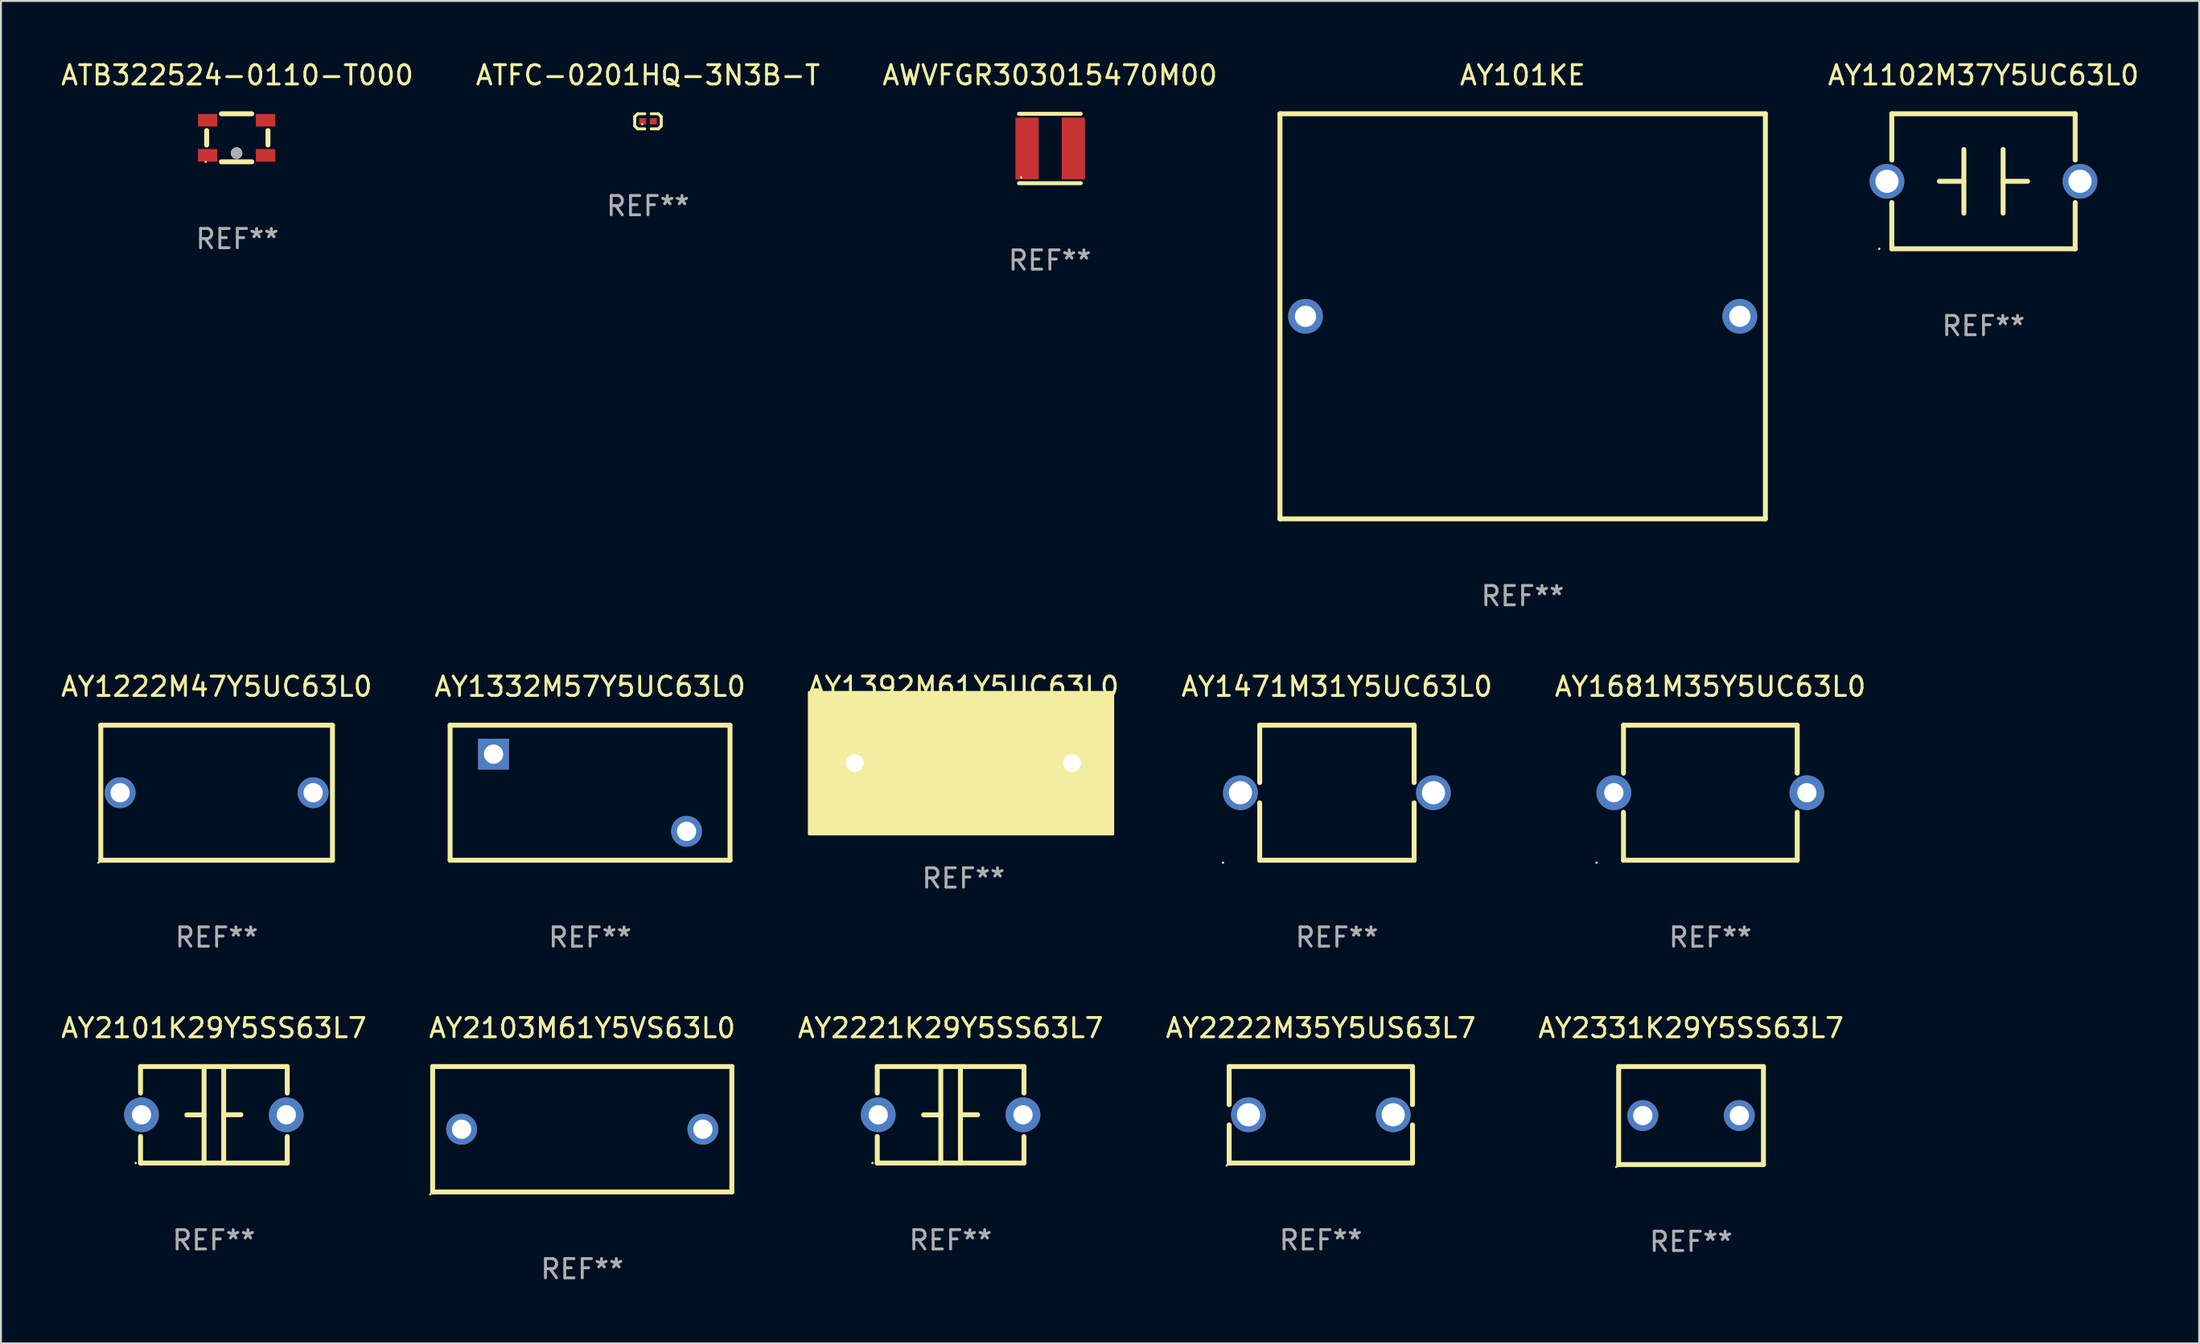
<source format=kicad_pcb>
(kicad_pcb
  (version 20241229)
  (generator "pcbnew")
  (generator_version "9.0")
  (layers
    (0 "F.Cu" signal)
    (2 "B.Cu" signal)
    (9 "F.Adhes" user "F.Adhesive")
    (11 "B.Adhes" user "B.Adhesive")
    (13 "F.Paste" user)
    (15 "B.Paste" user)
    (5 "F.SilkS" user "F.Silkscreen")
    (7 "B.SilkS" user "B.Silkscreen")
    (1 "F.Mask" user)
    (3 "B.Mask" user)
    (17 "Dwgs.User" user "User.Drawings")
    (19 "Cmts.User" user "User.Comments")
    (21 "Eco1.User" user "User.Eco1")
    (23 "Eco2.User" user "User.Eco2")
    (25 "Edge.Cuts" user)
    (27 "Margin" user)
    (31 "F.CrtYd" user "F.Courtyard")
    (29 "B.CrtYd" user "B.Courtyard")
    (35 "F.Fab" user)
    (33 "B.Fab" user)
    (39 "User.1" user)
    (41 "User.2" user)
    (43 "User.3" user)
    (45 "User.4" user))
  (footprint "AY2331K29Y5SS63L7"
    (layer "F.Cu")
    (at 84.554 54.781)
    (property "Reference" "AY2331K29Y5SS63L7" (at 0 -4.54 0) (layer "F.SilkS") (effects (font (size 1 1) (thickness 0.15))))
    (attr through_hole)
    (fp_line (start -3.75 -2.54) (end 3.75 -2.54) (stroke (width 0.254) (type solid)) (layer "F.SilkS"))
    (fp_line (start -3.75 2.54) (end -3.75 -2.54) (stroke (width 0.254) (type solid)) (layer "F.SilkS"))
    (fp_line (start 3.75 -2.54) (end 3.75 2.54) (stroke (width 0.254) (type solid)) (layer "F.SilkS"))
    (fp_line (start 3.75 2.54) (end -3.75 2.54) (stroke (width 0.254) (type solid)) (layer "F.SilkS"))
    (fp_circle (center -3.877 2.667) (end -3.847 2.667) (stroke (width 0.06) (type solid)) (fill no) (layer "F.SilkS"))
    (fp_text user "REF**" (at 0 6.54 0) (layer "F.Fab") (effects (font (size 1 1) (thickness 0.15))))
    (pad "1" thru_hole circle (at -2.5 0) (size 1.6 1.6) (drill 1) (layers "*.Cu" "*.Mask"))
    (pad "2" thru_hole circle (at 2.5 0) (size 1.6 1.6) (drill 1) (layers "*.Cu" "*.Mask")))
  (footprint "AY101KE"
    (layer "F.Cu")
    (at 75.831 13.348)
    (property "Reference" "AY101KE" (at 0 -12.5 0) (layer "F.SilkS") (effects (font (size 1 1) (thickness 0.15))))
    (attr through_hole)
    (fp_line (start -12.573 -10.5) (end -12.573 10.5) (stroke (width 0.254) (type solid)) (layer "F.SilkS"))
    (fp_line (start -12.573 -10.5) (end 12.573 -10.5) (stroke (width 0.254) (type solid)) (layer "F.SilkS"))
    (fp_line (start -12.573 10.5) (end 12.573 10.5) (stroke (width 0.254) (type solid)) (layer "F.SilkS"))
    (fp_line (start 12.573 -10.5) (end 12.573 10.5) (stroke (width 0.254) (type solid)) (layer "F.SilkS"))
    (fp_text user "REF**" (at 0 14.5 0) (layer "F.Fab") (effects (font (size 1 1) (thickness 0.15))))
    (pad "1" thru_hole circle (at -11.25 0) (size 1.8 1.8) (drill 1.1) (layers "*.Cu" "*.Mask"))
    (pad "2" thru_hole circle (at 11.25 0) (size 1.8 1.8) (drill 1.1) (layers "*.Cu" "*.Mask")))
  (footprint "AY1392M61Y5UC63L0"
    (layer "F.Cu")
    (at 46.863 36.513)
    (property "Reference" "AY1392M61Y5UC63L0" (at 0 -3.969 0) (layer "F.SilkS") (effects (font (size 1 1) (thickness 0.15))))
    (attr through_hole)
    (fp_line (start -0.762 -0.000025) (end -1.905 -0.000025) (stroke (width 0.254) (type solid)) (layer "F.SilkS"))
    (fp_line (start -0.762 1.969) (end -0.762 -1.969) (stroke (width 0.254) (type solid)) (layer "F.SilkS"))
    (fp_line (start 0.762 -1.969) (end 0.762 1.969) (stroke (width 0.254) (type solid)) (layer "F.SilkS"))
    (fp_line (start 0.762 0.000025) (end 1.905 0.000025) (stroke (width 0.254) (type solid)) (layer "F.SilkS"))
    (fp_circle (center -7.75 3.5) (end -7.72 3.5) (stroke (width 0.06) (type solid)) (fill no) (layer "F.SilkS"))
    (fp_poly (pts (xy -8.001 -3.683) (xy 7.747 -3.683) (xy 7.747 3.683) (xy -8.001 3.683)) (stroke (width 0.12) (type solid)) (fill yes) (layer "F.SilkS"))
    (fp_text user "REF**" (at 0 5.969 0) (layer "F.Fab") (effects (font (size 1 1) (thickness 0.15))))
    (pad "1" thru_hole circle (at -5.625 0) (size 1.524 1.524) (drill 0.914) (layers "*.Cu" "*.Mask"))
    (pad "2" thru_hole circle (at 5.625 0) (size 1.524 1.524) (drill 0.914) (layers "*.Cu" "*.Mask")))
  (footprint "AY1681M35Y5UC63L0"
    (layer "F.Cu")
    (at 85.554 38.045)
    (property "Reference" "AY1681M35Y5UC63L0" (at 0 -5.5 0) (layer "F.SilkS") (effects (font (size 1 1) (thickness 0.15))))
    (attr through_hole)
    (fp_line (start -4.5 -3.5) (end -4.5 -1.014) (stroke (width 0.254) (type solid)) (layer "F.SilkS"))
    (fp_line (start -4.5 -3.5) (end 4.5 -3.5) (stroke (width 0.254) (type solid)) (layer "F.SilkS"))
    (fp_line (start -4.5 1.014) (end -4.5 3.5) (stroke (width 0.254) (type solid)) (layer "F.SilkS"))
    (fp_line (start -4.5 3.5) (end 4.5 3.5) (stroke (width 0.254) (type solid)) (layer "F.SilkS"))
    (fp_line (start 4.5 -3.5) (end 4.5 -1.014) (stroke (width 0.254) (type solid)) (layer "F.SilkS"))
    (fp_line (start 4.5 1.014) (end 4.5 3.5) (stroke (width 0.254) (type solid)) (layer "F.SilkS"))
    (fp_circle (center -5.9 3.627) (end -5.87 3.627) (stroke (width 0.06) (type solid)) (fill no) (layer "F.SilkS"))
    (fp_text user "REF**" (at 0 7.5 0) (layer "F.Fab") (effects (font (size 1 1) (thickness 0.15))))
    (pad "1" thru_hole circle (at -5 0) (size 1.8 1.8) (drill 1) (layers "*.Cu" "*.Mask"))
    (pad "2" thru_hole circle (at 5 0) (size 1.8 1.8) (drill 1) (layers "*.Cu" "*.Mask")))
  (footprint "AY1102M37Y5UC63L0"
    (layer "F.Cu")
    (at 99.704 6.348)
    (property "Reference" "AY1102M37Y5UC63L0" (at 0 -5.5 0) (layer "F.SilkS") (effects (font (size 1 1) (thickness 0.15))))
    (attr through_hole)
    (fp_line (start -4.75 -3.5) (end -4.75 -1.103) (stroke (width 0.254) (type solid)) (layer "F.SilkS"))
    (fp_line (start -4.75 -3.5) (end 4.75 -3.5) (stroke (width 0.254) (type solid)) (layer "F.SilkS"))
    (fp_line (start -4.75 1.103) (end -4.75 3.5) (stroke (width 0.254) (type solid)) (layer "F.SilkS"))
    (fp_line (start -1.016 0) (end -2.286 0) (stroke (width 0.254) (type solid)) (layer "F.SilkS"))
    (fp_line (start -1.016 1.651) (end -1.016 -1.651) (stroke (width 0.254) (type solid)) (layer "F.SilkS"))
    (fp_line (start 1.016 -1.651) (end 1.016 1.651) (stroke (width 0.254) (type solid)) (layer "F.SilkS"))
    (fp_line (start 1.016 0) (end 2.286 0) (stroke (width 0.254) (type solid)) (layer "F.SilkS"))
    (fp_line (start 4.75 -3.5) (end 4.75 -1.103) (stroke (width 0.254) (type solid)) (layer "F.SilkS"))
    (fp_line (start 4.75 1.103) (end 4.75 3.5) (stroke (width 0.254) (type solid)) (layer "F.SilkS"))
    (fp_line (start 4.75 3.5) (end -4.75 3.5) (stroke (width 0.254) (type solid)) (layer "F.SilkS"))
    (fp_circle (center -5.4 3.5) (end -5.37 3.5) (stroke (width 0.06) (type solid)) (fill no) (layer "F.SilkS"))
    (fp_text user "REF**" (at 0 7.5 0) (layer "F.Fab") (effects (font (size 1 1) (thickness 0.15))))
    (pad "1" thru_hole circle (at -5 0) (size 1.8 1.8) (drill 1.2) (layers "*.Cu" "*.Mask"))
    (pad "2" thru_hole circle (at 5 0) (size 1.8 1.8) (drill 1.2) (layers "*.Cu" "*.Mask")))
  (footprint "ATFC-0201HQ-3N3B-T"
    (layer "F.Cu")
    (at 30.518 3.239)
    (property "Reference" "ATFC-0201HQ-3N3B-T" (at 0 -2.391 0) (layer "F.SilkS") (effects (font (size 1 1) (thickness 0.15))))
    (attr through_hole)
    (fp_line (start -0.687 -0.238) (end -0.535 -0.391) (stroke (width 0.152) (type solid)) (layer "F.SilkS"))
    (fp_line (start -0.687 0.238) (end -0.687 -0.238) (stroke (width 0.152) (type solid)) (layer "F.SilkS"))
    (fp_line (start -0.535 -0.391) (end -0.166 -0.391) (stroke (width 0.152) (type solid)) (layer "F.SilkS"))
    (fp_line (start -0.535 0.391) (end -0.687 0.238) (stroke (width 0.152) (type solid)) (layer "F.SilkS"))
    (fp_line (start -0.166 0.391) (end -0.535 0.391) (stroke (width 0.152) (type solid)) (layer "F.SilkS"))
    (fp_line (start 0.166 0.391) (end 0.535 0.391) (stroke (width 0.152) (type solid)) (layer "F.SilkS"))
    (fp_line (start 0.535 -0.391) (end 0.166 -0.391) (stroke (width 0.152) (type solid)) (layer "F.SilkS"))
    (fp_line (start 0.535 0.391) (end 0.687 0.238) (stroke (width 0.152) (type solid)) (layer "F.SilkS"))
    (fp_line (start 0.687 -0.238) (end 0.535 -0.391) (stroke (width 0.152) (type solid)) (layer "F.SilkS"))
    (fp_line (start 0.687 0.238) (end 0.687 -0.238) (stroke (width 0.152) (type solid)) (layer "F.SilkS"))
    (fp_circle (center -0.3 0.15) (end -0.27 0.15) (stroke (width 0.06) (type solid)) (fill no) (layer "F.SilkS"))
    (fp_text user "REF**" (at 0 4.391 0) (layer "F.Fab") (effects (font (size 1 1) (thickness 0.15))))
    (pad "1" smd rect (at -0.274 0) (size 0.368 0.324) (layers "F.Cu" "F.Mask" "F.Paste"))
    (pad "2" smd rect (at 0.274 0) (size 0.368 0.324) (layers "F.Cu" "F.Mask" "F.Paste")))
  (footprint "AY2101K29Y5SS63L7"
    (layer "F.Cu")
    (at 8.03 54.741)
    (property "Reference" "AY2101K29Y5SS63L7" (at 0 -4.5 0) (layer "F.SilkS") (effects (font (size 1 1) (thickness 0.15))))
    (attr through_hole)
    (fp_line (start -3.8 -2.5) (end -3.8 -1.13) (stroke (width 0.254) (type solid)) (layer "F.SilkS"))
    (fp_line (start -3.8 -2.5) (end 3.8 -2.5) (stroke (width 0.254) (type solid)) (layer "F.SilkS"))
    (fp_line (start -3.8 1.13) (end -3.8 2.5) (stroke (width 0.254) (type solid)) (layer "F.SilkS"))
    (fp_line (start -3.8 2.5) (end 3.8 2.5) (stroke (width 0.254) (type solid)) (layer "F.SilkS"))
    (fp_line (start -0.508 0.004) (end -1.4 0.004) (stroke (width 0.254) (type solid)) (layer "F.SilkS"))
    (fp_line (start -0.508 2.5) (end -0.508 -2.5) (stroke (width 0.254) (type solid)) (layer "F.SilkS"))
    (fp_line (start 0.508 -2.5) (end 0.508 2.5) (stroke (width 0.254) (type solid)) (layer "F.SilkS"))
    (fp_line (start 0.508 -0.004) (end 1.4 -0.004) (stroke (width 0.254) (type solid)) (layer "F.SilkS"))
    (fp_line (start 3.8 -2.5) (end 3.8 -1.13) (stroke (width 0.254) (type solid)) (layer "F.SilkS"))
    (fp_line (start 3.8 1.13) (end 3.8 2.5) (stroke (width 0.254) (type solid)) (layer "F.SilkS"))
    (fp_circle (center -4.05 2.5) (end -4.02 2.5) (stroke (width 0.06) (type solid)) (fill no) (layer "F.SilkS"))
    (fp_text user "REF**" (at 0 6.5 0) (layer "F.Fab") (effects (font (size 1 1) (thickness 0.15))))
    (pad "1" thru_hole circle (at -3.75 0.000127) (size 1.8 1.8) (drill 1) (layers "*.Cu" "*.Mask"))
    (pad "2" thru_hole circle (at 3.75 0.000127) (size 1.8 1.8) (drill 1) (layers "*.Cu" "*.Mask")))
  (footprint "AY2221K29Y5SS63L7"
    (layer "F.Cu")
    (at 46.196 54.741)
    (property "Reference" "AY2221K29Y5SS63L7" (at 0 -4.5 0) (layer "F.SilkS") (effects (font (size 1 1) (thickness 0.15))))
    (attr through_hole)
    (fp_line (start -3.8 -2.5) (end -3.8 -1.13) (stroke (width 0.254) (type solid)) (layer "F.SilkS"))
    (fp_line (start -3.8 -2.5) (end 3.8 -2.5) (stroke (width 0.254) (type solid)) (layer "F.SilkS"))
    (fp_line (start -3.8 1.13) (end -3.8 2.5) (stroke (width 0.254) (type solid)) (layer "F.SilkS"))
    (fp_line (start -3.8 2.5) (end 3.8 2.5) (stroke (width 0.254) (type solid)) (layer "F.SilkS"))
    (fp_line (start -0.508 0.004) (end -1.4 0.004) (stroke (width 0.254) (type solid)) (layer "F.SilkS"))
    (fp_line (start -0.508 2.5) (end -0.508 -2.5) (stroke (width 0.254) (type solid)) (layer "F.SilkS"))
    (fp_line (start 0.508 -2.5) (end 0.508 2.5) (stroke (width 0.254) (type solid)) (layer "F.SilkS"))
    (fp_line (start 0.508 -0.004) (end 1.4 -0.004) (stroke (width 0.254) (type solid)) (layer "F.SilkS"))
    (fp_line (start 3.8 -2.5) (end 3.8 -1.13) (stroke (width 0.254) (type solid)) (layer "F.SilkS"))
    (fp_line (start 3.8 1.13) (end 3.8 2.5) (stroke (width 0.254) (type solid)) (layer "F.SilkS"))
    (fp_circle (center -4.05 2.5) (end -4.02 2.5) (stroke (width 0.06) (type solid)) (fill no) (layer "F.SilkS"))
    (fp_text user "REF**" (at 0 6.5 0) (layer "F.Fab") (effects (font (size 1 1) (thickness 0.15))))
    (pad "1" thru_hole circle (at -3.75 0.000127) (size 1.8 1.8) (drill 1) (layers "*.Cu" "*.Mask"))
    (pad "2" thru_hole circle (at 3.75 0.000127) (size 1.8 1.8) (drill 1) (layers "*.Cu" "*.Mask")))
  (footprint "AWVFGR303015470M00"
    (layer "F.Cu")
    (at 51.339 4.648)
    (property "Reference" "AWVFGR303015470M00" (at 0 -3.8 0) (layer "F.SilkS") (effects (font (size 1 1) (thickness 0.15))))
    (attr through_hole)
    (fp_line (start -1.6 -1.8) (end 1.6 -1.8) (stroke (width 0.203) (type solid)) (layer "F.SilkS"))
    (fp_line (start -1.6 1.8) (end 1.6 1.8) (stroke (width 0.203) (type solid)) (layer "F.SilkS"))
    (fp_circle (center -1.484 1.5) (end -1.454 1.5) (stroke (width 0.06) (type solid)) (fill no) (layer "F.SilkS"))
    (fp_text user "REF**" (at 0 5.8 0) (layer "F.Fab") (effects (font (size 1 1) (thickness 0.15))))
    (pad "1" smd rect (at -1.184 0) (size 1.2 3.2) (layers "F.Cu" "F.Mask" "F.Paste"))
    (pad "2" smd rect (at 1.215 0) (size 1.2 3.2) (layers "F.Cu" "F.Mask" "F.Paste")))
  (footprint "ATB322524-0110-T000"
    (layer "F.Cu")
    (at 9.244 4.093)
    (property "Reference" "ATB322524-0110-T000" (at 0 -3.245 0) (layer "F.SilkS") (effects (font (size 1 1) (thickness 0.15))))
    (attr through_hole)
    (fp_line (start -1.588 0.374) (end -1.588 -0.374) (stroke (width 0.254) (type solid)) (layer "F.SilkS"))
    (fp_line (start -0.825 -1.245) (end 0.749 -1.245) (stroke (width 0.254) (type solid)) (layer "F.SilkS"))
    (fp_line (start 0.749 1.245) (end -0.825 1.245) (stroke (width 0.254) (type solid)) (layer "F.SilkS"))
    (fp_line (start 1.588 -0.374) (end 1.588 0.374) (stroke (width 0.254) (type solid)) (layer "F.SilkS"))
    (fp_circle (center -1.638 1.25) (end -1.608 1.25) (stroke (width 0.06) (type solid)) (fill no) (layer "F.SilkS"))
    (fp_circle (center -0.038 0.795) (end 0.112 0.795) (stroke (width 0.3) (type solid)) (fill no) (layer "F.SilkS"))
    (fp_circle (center -0.038 0.795) (end 0.112 0.795) (stroke (width 0.3) (type solid)) (fill no) (layer "F.Fab"))
    (fp_text user "REF**" (at 0 5.245 0) (layer "F.Fab") (effects (font (size 1 1) (thickness 0.15))))
    (pad "1" smd rect (at -1.538 0.91 90) (size 0.65 1) (layers "F.Cu" "F.Mask" "F.Paste"))
    (pad "2" smd rect (at -1.538 -0.91 90) (size 0.65 1) (layers "F.Cu" "F.Mask" "F.Paste"))
    (pad "3" smd rect (at 1.462 -0.91 90) (size 0.65 1) (layers "F.Cu" "F.Mask" "F.Paste"))
    (pad "4" smd rect (at 1.462 0.91 90) (size 0.65 1) (layers "F.Cu" "F.Mask" "F.Paste")))
  (footprint "AY2222M35Y5US63L7"
    (layer "F.Cu")
    (at 65.375 54.741)
    (property "Reference" "AY2222M35Y5US63L7" (at 0 -4.5 0) (layer "F.SilkS") (effects (font (size 1 1) (thickness 0.15))))
    (attr through_hole)
    (fp_line (start -4.75 -2.5) (end -4.75 -0.526) (stroke (width 0.254) (type solid)) (layer "F.SilkS"))
    (fp_line (start -4.75 -2.5) (end 4.75 -2.5) (stroke (width 0.254) (type solid)) (layer "F.SilkS"))
    (fp_line (start -4.75 0.526) (end -4.75 2.5) (stroke (width 0.254) (type solid)) (layer "F.SilkS"))
    (fp_line (start 4.75 2.5) (end -4.75 2.5) (stroke (width 0.254) (type solid)) (layer "F.SilkS"))
    (fp_line (start 4.75 -2.5) (end 4.75 -0.526) (stroke (width 0.254) (type solid)) (layer "F.SilkS"))
    (fp_line (start 4.75 0.526) (end 4.75 2.5) (stroke (width 0.254) (type solid)) (layer "F.SilkS"))
    (fp_circle (center -4.877 2.627) (end -4.847 2.627) (stroke (width 0.06) (type solid)) (fill no) (layer "F.SilkS"))
    (fp_text user "REF**" (at 0 6.5 0) (layer "F.Fab") (effects (font (size 1 1) (thickness 0.15))))
    (pad "1" thru_hole circle (at -3.75 0) (size 1.8 1.8) (drill 1.2) (layers "*.Cu" "*.Mask"))
    (pad "2" thru_hole circle (at 3.75 0) (size 1.8 1.8) (drill 1.2) (layers "*.Cu" "*.Mask")))
  (footprint "AY1222M47Y5UC63L0"
    (layer "F.Cu")
    (at 8.173 38.045)
    (property "Reference" "AY1222M47Y5UC63L0" (at 0 -5.5 0) (layer "F.SilkS") (effects (font (size 1 1) (thickness 0.15))))
    (attr through_hole)
    (fp_line (start -6 -3.5) (end -6 3.5) (stroke (width 0.254) (type solid)) (layer "F.SilkS"))
    (fp_line (start -6 -3.5) (end 6 -3.5) (stroke (width 0.254) (type solid)) (layer "F.SilkS"))
    (fp_line (start 6 -3.5) (end 6 3.5) (stroke (width 0.254) (type solid)) (layer "F.SilkS"))
    (fp_line (start 6 3.5) (end -6 3.5) (stroke (width 0.254) (type solid)) (layer "F.SilkS"))
    (fp_circle (center -6.127 3.627) (end -6.097 3.627) (stroke (width 0.06) (type solid)) (fill no) (layer "F.SilkS"))
    (fp_text user "REF**" (at 0 7.5 0) (layer "F.Fab") (effects (font (size 1 1) (thickness 0.15))))
    (pad "1" thru_hole circle (at -5 0) (size 1.6 1.6) (drill 1) (layers "*.Cu" "*.Mask"))
    (pad "2" thru_hole circle (at 5 0) (size 1.6 1.6) (drill 1) (layers "*.Cu" "*.Mask")))
  (footprint "AY2103M61Y5VS63L0"
    (layer "F.Cu")
    (at 27.113 55.491)
    (property "Reference" "AY2103M61Y5VS63L0" (at 0 -5.25 0) (layer "F.SilkS") (effects (font (size 1 1) (thickness 0.15))))
    (attr through_hole)
    (fp_line (start -7.75 -3.25) (end 7.75 -3.25) (stroke (width 0.254) (type solid)) (layer "F.SilkS"))
    (fp_line (start -7.75 3.25) (end -7.75 -3.25) (stroke (width 0.254) (type solid)) (layer "F.SilkS"))
    (fp_line (start 7.75 -3.25) (end 7.75 3.25) (stroke (width 0.254) (type solid)) (layer "F.SilkS"))
    (fp_line (start 7.75 3.25) (end -7.75 3.25) (stroke (width 0.254) (type solid)) (layer "F.SilkS"))
    (fp_circle (center -7.877 3.377) (end -7.847 3.377) (stroke (width 0.06) (type solid)) (fill no) (layer "F.SilkS"))
    (fp_text user "REF**" (at 0 7.25 0) (layer "F.Fab") (effects (font (size 1 1) (thickness 0.15))))
    (pad "1" thru_hole circle (at -6.25 -0.000013) (size 1.6 1.6) (drill 1) (layers "*.Cu" "*.Mask"))
    (pad "2" thru_hole circle (at 6.25 -0.000013) (size 1.6 1.6) (drill 1) (layers "*.Cu" "*.Mask")))
  (footprint "AY1471M31Y5UC63L0"
    (layer "F.Cu")
    (at 66.208 38.045)
    (property "Reference" "AY1471M31Y5UC63L0" (at 0 -5.5 0) (layer "F.SilkS") (effects (font (size 1 1) (thickness 0.15))))
    (attr through_hole)
    (fp_line (start -4 -3.5) (end -4 -0.526) (stroke (width 0.254) (type solid)) (layer "F.SilkS"))
    (fp_line (start -4 -3.5) (end 4 -3.5) (stroke (width 0.254) (type solid)) (layer "F.SilkS"))
    (fp_line (start -4 0.526) (end -4 3.5) (stroke (width 0.254) (type solid)) (layer "F.SilkS"))
    (fp_line (start 4 -3.5) (end 4 -0.526) (stroke (width 0.254) (type solid)) (layer "F.SilkS"))
    (fp_line (start 4 0.526) (end 4 3.5) (stroke (width 0.254) (type solid)) (layer "F.SilkS"))
    (fp_line (start 4 3.5) (end -4 3.5) (stroke (width 0.254) (type solid)) (layer "F.SilkS"))
    (fp_circle (center -5.9 3.627) (end -5.87 3.627) (stroke (width 0.06) (type solid)) (fill no) (layer "F.SilkS"))
    (fp_text user "REF**" (at 0 7.5 0) (layer "F.Fab") (effects (font (size 1 1) (thickness 0.15))))
    (pad "1" thru_hole circle (at -5 0) (size 1.8 1.8) (drill 1.2) (layers "*.Cu" "*.Mask"))
    (pad "2" thru_hole circle (at 5 0) (size 1.8 1.8) (drill 1.2) (layers "*.Cu" "*.Mask")))
  (footprint "AY1332M57Y5UC63L0"
    (layer "F.Cu")
    (at 27.518 38.045)
    (property "Reference" "AY1332M57Y5UC63L0" (at 0 -5.5 0) (layer "F.SilkS") (effects (font (size 1 1) (thickness 0.15))))
    (attr through_hole)
    (fp_line (start -7.25 -3.5) (end -7.25 3.5) (stroke (width 0.254) (type solid)) (layer "F.SilkS"))
    (fp_line (start -7.25 -3.5) (end 7.25 -3.5) (stroke (width 0.254) (type solid)) (layer "F.SilkS"))
    (fp_line (start 7.25 3.5) (end -7.25 3.5) (stroke (width 0.254) (type solid)) (layer "F.SilkS"))
    (fp_line (start 7.25 -3.5) (end 7.25 3.5) (stroke (width 0.254) (type solid)) (layer "F.SilkS"))
    (fp_circle (center -7.25 -3.5) (end -7.22 -3.5) (stroke (width 0.06) (type solid)) (fill no) (layer "F.SilkS"))
    (fp_text user "REF**" (at 0 7.5 0) (layer "F.Fab") (effects (font (size 1 1) (thickness 0.15))))
    (pad "1" thru_hole rect (at -5 -2) (size 1.6 1.6) (drill 1) (layers "*.Cu" "*.Mask"))
    (pad "2" thru_hole circle (at 5 2) (size 1.6 1.6) (drill 1) (layers "*.Cu" "*.Mask")))
  (gr_rect
    (start -3 -3)
    (end 110.876 66.59)
    (stroke (width 0.1) (type default))
    (fill no)
    (layer "Edge.Cuts")))
</source>
